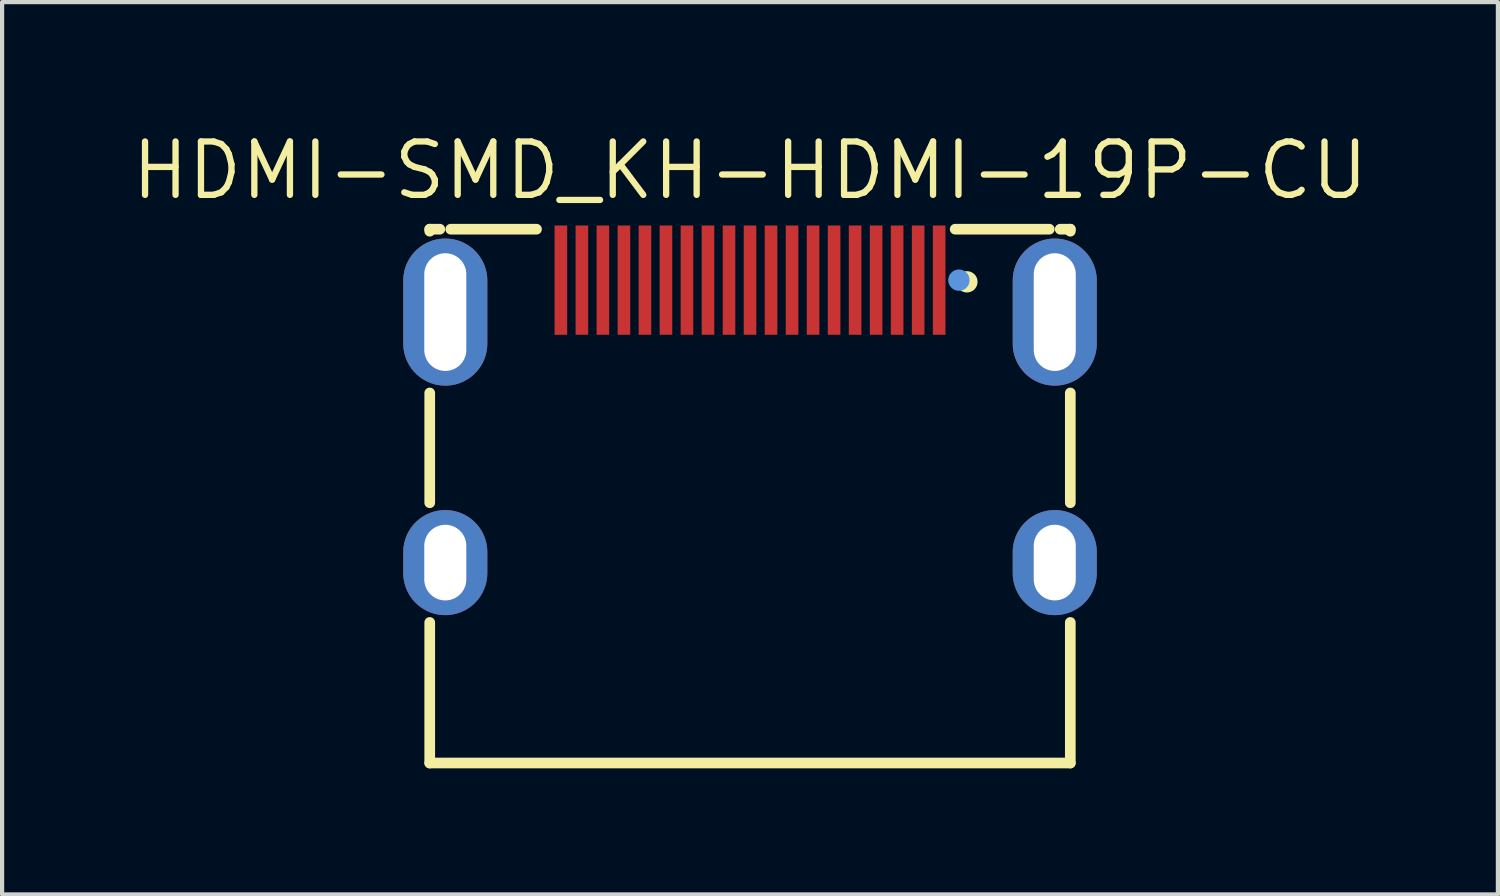
<source format=kicad_pcb>
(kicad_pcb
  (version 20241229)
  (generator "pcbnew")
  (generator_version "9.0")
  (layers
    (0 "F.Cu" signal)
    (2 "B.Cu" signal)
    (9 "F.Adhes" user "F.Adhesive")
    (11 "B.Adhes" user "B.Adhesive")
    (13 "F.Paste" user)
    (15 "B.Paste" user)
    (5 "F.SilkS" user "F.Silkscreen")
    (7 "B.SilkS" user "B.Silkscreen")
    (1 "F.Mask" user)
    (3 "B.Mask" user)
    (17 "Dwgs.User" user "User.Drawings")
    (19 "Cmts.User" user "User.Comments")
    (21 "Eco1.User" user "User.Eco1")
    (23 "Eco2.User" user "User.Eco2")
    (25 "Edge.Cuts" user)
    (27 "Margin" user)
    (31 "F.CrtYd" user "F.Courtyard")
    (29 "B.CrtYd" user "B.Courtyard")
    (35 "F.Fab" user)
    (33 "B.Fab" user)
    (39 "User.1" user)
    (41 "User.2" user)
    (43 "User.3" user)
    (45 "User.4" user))
  (footprint "HDMI-SMD_KH-HDMI-19P-CU"
    (layer "F.Cu")
    (at 14.794 6.975)
    (property "Reference" "HDMI-SMD_KH-HDMI-19P-CU" (at 0 -5.969 0) (layer "F.SilkS") (effects (font (size 1.27 1.27) (thickness 0.15))))
    (attr smd)
    (fp_line (start -7.62 -4.572) (end -7.62 -4.524) (stroke (width 0.254) (type solid)) (layer "F.SilkS"))
    (fp_line (start -7.62 -0.676) (end -7.62 1.936) (stroke (width 0.254) (type solid)) (layer "F.SilkS"))
    (fp_line (start -7.62 4.784) (end -7.62 8.128) (stroke (width 0.254) (type solid)) (layer "F.SilkS"))
    (fp_line (start -7.62 8.128) (end 7.62 8.128) (stroke (width 0.254) (type solid)) (layer "F.SilkS"))
    (fp_line (start -7.38 -4.572) (end -7.62 -4.572) (stroke (width 0.254) (type solid)) (layer "F.SilkS"))
    (fp_line (start -5.08 -4.572) (end -7.12 -4.572) (stroke (width 0.254) (type solid)) (layer "F.SilkS"))
    (fp_line (start 7.12 -4.572) (end 4.881 -4.572) (stroke (width 0.254) (type solid)) (layer "F.SilkS"))
    (fp_line (start 7.62 -4.572) (end 7.38 -4.572) (stroke (width 0.254) (type solid)) (layer "F.SilkS"))
    (fp_line (start 7.62 -4.524) (end 7.62 -4.572) (stroke (width 0.254) (type solid)) (layer "F.SilkS"))
    (fp_line (start 7.62 1.936) (end 7.62 -0.676) (stroke (width 0.254) (type solid)) (layer "F.SilkS"))
    (fp_line (start 7.62 8.128) (end 7.62 4.784) (stroke (width 0.254) (type solid)) (layer "F.SilkS"))
    (fp_circle (center 5.16 -3.32) (end 5.287 -3.32) (stroke (width 0.254) (type solid)) (fill no) (layer "F.SilkS"))
    (fp_poly (pts (xy -4.35 -4.66) (xy -4.65 -4.66) (xy -4.65 -2.06) (xy -4.35 -2.06)) (stroke (width 0) (type solid)) (fill yes) (layer "F.Paste"))
    (fp_poly (pts (xy -3.85 -4.66) (xy -4.15 -4.66) (xy -4.15 -2.06) (xy -3.85 -2.06)) (stroke (width 0) (type solid)) (fill yes) (layer "F.Paste"))
    (fp_poly (pts (xy -3.35 -4.66) (xy -3.65 -4.66) (xy -3.65 -2.06) (xy -3.35 -2.06)) (stroke (width 0) (type solid)) (fill yes) (layer "F.Paste"))
    (fp_poly (pts (xy -2.85 -4.66) (xy -3.15 -4.66) (xy -3.15 -2.06) (xy -2.85 -2.06)) (stroke (width 0) (type solid)) (fill yes) (layer "F.Paste"))
    (fp_poly (pts (xy -2.35 -4.66) (xy -2.65 -4.66) (xy -2.65 -2.06) (xy -2.35 -2.06)) (stroke (width 0) (type solid)) (fill yes) (layer "F.Paste"))
    (fp_poly (pts (xy -1.85 -4.66) (xy -2.15 -4.66) (xy -2.15 -2.06) (xy -1.85 -2.06)) (stroke (width 0) (type solid)) (fill yes) (layer "F.Paste"))
    (fp_poly (pts (xy -1.35 -4.66) (xy -1.65 -4.66) (xy -1.65 -2.06) (xy -1.35 -2.06)) (stroke (width 0) (type solid)) (fill yes) (layer "F.Paste"))
    (fp_poly (pts (xy -0.85 -4.66) (xy -1.15 -4.66) (xy -1.15 -2.06) (xy -0.85 -2.06)) (stroke (width 0) (type solid)) (fill yes) (layer "F.Paste"))
    (fp_poly (pts (xy -0.35 -4.66) (xy -0.65 -4.66) (xy -0.65 -2.06) (xy -0.35 -2.06)) (stroke (width 0) (type solid)) (fill yes) (layer "F.Paste"))
    (fp_poly (pts (xy 0.15 -4.66) (xy -0.15 -4.66) (xy -0.15 -2.06) (xy 0.15 -2.06)) (stroke (width 0) (type solid)) (fill yes) (layer "F.Paste"))
    (fp_poly (pts (xy 0.65 -4.66) (xy 0.35 -4.66) (xy 0.35 -2.06) (xy 0.65 -2.06)) (stroke (width 0) (type solid)) (fill yes) (layer "F.Paste"))
    (fp_poly (pts (xy 1.15 -4.66) (xy 0.85 -4.66) (xy 0.85 -2.06) (xy 1.15 -2.06)) (stroke (width 0) (type solid)) (fill yes) (layer "F.Paste"))
    (fp_poly (pts (xy 1.65 -4.66) (xy 1.35 -4.66) (xy 1.35 -2.06) (xy 1.65 -2.06)) (stroke (width 0) (type solid)) (fill yes) (layer "F.Paste"))
    (fp_poly (pts (xy 2.15 -4.66) (xy 1.85 -4.66) (xy 1.85 -2.06) (xy 2.15 -2.06)) (stroke (width 0) (type solid)) (fill yes) (layer "F.Paste"))
    (fp_poly (pts (xy 2.65 -4.66) (xy 2.35 -4.66) (xy 2.35 -2.06) (xy 2.65 -2.06)) (stroke (width 0) (type solid)) (fill yes) (layer "F.Paste"))
    (fp_poly (pts (xy 3.15 -4.66) (xy 2.85 -4.66) (xy 2.85 -2.06) (xy 3.15 -2.06)) (stroke (width 0) (type solid)) (fill yes) (layer "F.Paste"))
    (fp_poly (pts (xy 3.65 -4.66) (xy 3.35 -4.66) (xy 3.35 -2.06) (xy 3.65 -2.06)) (stroke (width 0) (type solid)) (fill yes) (layer "F.Paste"))
    (fp_poly (pts (xy 4.15 -4.66) (xy 3.85 -4.66) (xy 3.85 -2.06) (xy 4.15 -2.06)) (stroke (width 0) (type solid)) (fill yes) (layer "F.Paste"))
    (fp_poly (pts (xy 4.65 -4.66) (xy 4.35 -4.66) (xy 4.35 -2.06) (xy 4.65 -2.06)) (stroke (width 0) (type solid)) (fill yes) (layer "F.Paste"))
    (fp_poly (pts (xy -7.175 -4.347) (xy -7.225 -4.35) (xy -7.275 -4.35) (xy -7.325 -4.347) (xy -7.374 -4.342) (xy -7.424 -4.335) (xy -7.473 -4.325) (xy -7.521 -4.313) (xy -7.569 -4.298) (xy -7.615 -4.281) (xy -7.661 -4.262) (xy -7.706 -4.24) (xy -7.75 -4.216) (xy -7.793 -4.19) (xy -7.834 -4.162) (xy -7.874 -4.132) (xy -7.912 -4.1) (xy -7.948 -4.066) (xy -7.983 -4.03) (xy -8.016 -3.993) (xy -8.047 -3.954) (xy -8.076 -3.913) (xy -8.103 -3.871) (xy -8.128 -3.828) (xy -8.151 -3.784) (xy -8.172 -3.738) (xy -8.19 -3.692) (xy -8.206 -3.645) (xy -8.219 -3.597) (xy -8.23 -3.548) (xy -8.239 -3.499) (xy -8.245 -3.45) (xy -8.249 -3.4) (xy -8.25 -3.35) (xy -8.25 -1.85) (xy -8.249 -1.8) (xy -8.245 -1.75) (xy -8.239 -1.701) (xy -8.23 -1.652) (xy -8.219 -1.603) (xy -8.206 -1.555) (xy -8.19 -1.508) (xy -8.172 -1.462) (xy -8.151 -1.416) (xy -8.128 -1.372) (xy -8.103 -1.329) (xy -8.076 -1.287) (xy -8.047 -1.246) (xy -8.016 -1.207) (xy -7.983 -1.17) (xy -7.948 -1.134) (xy -7.912 -1.1) (xy -7.874 -1.068) (xy -7.834 -1.038) (xy -7.793 -1.01) (xy -7.75 -0.984) (xy -7.706 -0.96) (xy -7.661 -0.939) (xy -7.615 -0.919) (xy -7.569 -0.902) (xy -7.521 -0.887) (xy -7.473 -0.875) (xy -7.424 -0.865) (xy -7.374 -0.858) (xy -7.325 -0.853) (xy -7.275 -0.85) (xy -7.225 -0.85) (xy -7.175 -0.853) (xy -7.126 -0.858) (xy -7.076 -0.865) (xy -7.028 -0.875) (xy -6.979 -0.887) (xy -6.932 -0.902) (xy -6.885 -0.919) (xy -6.839 -0.939) (xy -6.794 -0.96) (xy -6.75 -0.984) (xy -6.708 -1.01) (xy -6.666 -1.038) (xy -6.627 -1.068) (xy -6.588 -1.1) (xy -6.552 -1.134) (xy -6.517 -1.17) (xy -6.484 -1.207) (xy -6.453 -1.246) (xy -6.424 -1.287) (xy -6.397 -1.329) (xy -6.372 -1.372) (xy -6.349 -1.416) (xy -6.329 -1.462) (xy -6.31 -1.508) (xy -6.294 -1.555) (xy -6.281 -1.603) (xy -6.27 -1.652) (xy -6.261 -1.701) (xy -6.255 -1.75) (xy -6.251 -1.8) (xy -6.25 -1.85) (xy -6.25 -3.35) (xy -6.251 -3.4) (xy -6.255 -3.45) (xy -6.261 -3.499) (xy -6.27 -3.548) (xy -6.281 -3.597) (xy -6.294 -3.645) (xy -6.31 -3.692) (xy -6.329 -3.738) (xy -6.349 -3.784) (xy -6.372 -3.828) (xy -6.397 -3.871) (xy -6.424 -3.913) (xy -6.453 -3.954) (xy -6.484 -3.993) (xy -6.517 -4.03) (xy -6.552 -4.066) (xy -6.588 -4.1) (xy -6.627 -4.132) (xy -6.666 -4.162) (xy -6.708 -4.19) (xy -6.75 -4.216) (xy -6.794 -4.24) (xy -6.839 -4.262) (xy -6.885 -4.281) (xy -6.932 -4.298) (xy -6.979 -4.313) (xy -7.028 -4.325) (xy -7.076 -4.335) (xy -7.126 -4.342)) (stroke (width 0) (type solid)) (fill yes) (layer "F.Paste"))
    (fp_poly (pts (xy -7.175 2.113) (xy -7.225 2.11) (xy -7.275 2.11) (xy -7.325 2.113) (xy -7.374 2.118) (xy -7.424 2.125) (xy -7.473 2.135) (xy -7.521 2.147) (xy -7.569 2.162) (xy -7.615 2.179) (xy -7.661 2.199) (xy -7.706 2.22) (xy -7.75 2.244) (xy -7.793 2.27) (xy -7.834 2.298) (xy -7.874 2.328) (xy -7.912 2.36) (xy -7.948 2.394) (xy -7.983 2.43) (xy -8.016 2.467) (xy -8.047 2.506) (xy -8.076 2.547) (xy -8.103 2.589) (xy -8.128 2.632) (xy -8.151 2.676) (xy -8.172 2.722) (xy -8.19 2.768) (xy -8.206 2.815) (xy -8.219 2.863) (xy -8.23 2.912) (xy -8.239 2.961) (xy -8.245 3.01) (xy -8.249 3.06) (xy -8.25 3.11) (xy -8.25 3.61) (xy -8.249 3.66) (xy -8.245 3.71) (xy -8.239 3.759) (xy -8.23 3.808) (xy -8.219 3.857) (xy -8.206 3.905) (xy -8.19 3.952) (xy -8.172 3.998) (xy -8.151 4.044) (xy -8.128 4.088) (xy -8.103 4.131) (xy -8.076 4.173) (xy -8.047 4.214) (xy -8.016 4.253) (xy -7.983 4.29) (xy -7.948 4.326) (xy -7.912 4.36) (xy -7.874 4.392) (xy -7.834 4.422) (xy -7.793 4.45) (xy -7.75 4.476) (xy -7.706 4.5) (xy -7.661 4.522) (xy -7.615 4.541) (xy -7.569 4.558) (xy -7.521 4.573) (xy -7.473 4.585) (xy -7.424 4.595) (xy -7.374 4.602) (xy -7.325 4.607) (xy -7.275 4.61) (xy -7.225 4.61) (xy -7.175 4.607) (xy -7.126 4.602) (xy -7.076 4.595) (xy -7.028 4.585) (xy -6.979 4.573) (xy -6.932 4.558) (xy -6.885 4.541) (xy -6.839 4.522) (xy -6.794 4.5) (xy -6.75 4.476) (xy -6.708 4.45) (xy -6.666 4.422) (xy -6.627 4.392) (xy -6.588 4.36) (xy -6.552 4.326) (xy -6.517 4.29) (xy -6.484 4.253) (xy -6.453 4.214) (xy -6.424 4.173) (xy -6.397 4.131) (xy -6.372 4.088) (xy -6.349 4.044) (xy -6.329 3.998) (xy -6.31 3.952) (xy -6.294 3.905) (xy -6.281 3.857) (xy -6.27 3.808) (xy -6.261 3.759) (xy -6.255 3.71) (xy -6.251 3.66) (xy -6.25 3.61) (xy -6.25 3.11) (xy -6.251 3.06) (xy -6.255 3.01) (xy -6.261 2.961) (xy -6.27 2.912) (xy -6.281 2.863) (xy -6.294 2.815) (xy -6.31 2.768) (xy -6.329 2.722) (xy -6.349 2.676) (xy -6.372 2.632) (xy -6.397 2.589) (xy -6.424 2.547) (xy -6.453 2.506) (xy -6.484 2.467) (xy -6.517 2.43) (xy -6.552 2.394) (xy -6.588 2.36) (xy -6.627 2.328) (xy -6.666 2.298) (xy -6.708 2.27) (xy -6.75 2.244) (xy -6.794 2.22) (xy -6.839 2.199) (xy -6.885 2.179) (xy -6.932 2.162) (xy -6.979 2.147) (xy -7.028 2.135) (xy -7.076 2.125) (xy -7.126 2.118)) (stroke (width 0) (type solid)) (fill yes) (layer "F.Paste"))
    (fp_poly (pts (xy 7.325 -4.347) (xy 7.275 -4.35) (xy 7.225 -4.35) (xy 7.175 -4.347) (xy 7.126 -4.342) (xy 7.076 -4.335) (xy 7.028 -4.325) (xy 6.979 -4.313) (xy 6.932 -4.298) (xy 6.885 -4.281) (xy 6.839 -4.262) (xy 6.794 -4.24) (xy 6.75 -4.216) (xy 6.708 -4.19) (xy 6.666 -4.162) (xy 6.627 -4.132) (xy 6.588 -4.1) (xy 6.552 -4.066) (xy 6.517 -4.03) (xy 6.484 -3.993) (xy 6.453 -3.954) (xy 6.424 -3.913) (xy 6.397 -3.871) (xy 6.372 -3.828) (xy 6.349 -3.784) (xy 6.329 -3.738) (xy 6.31 -3.692) (xy 6.294 -3.645) (xy 6.281 -3.597) (xy 6.27 -3.548) (xy 6.261 -3.499) (xy 6.255 -3.45) (xy 6.251 -3.4) (xy 6.25 -3.35) (xy 6.25 -1.85) (xy 6.251 -1.8) (xy 6.255 -1.75) (xy 6.261 -1.701) (xy 6.27 -1.652) (xy 6.281 -1.603) (xy 6.294 -1.555) (xy 6.31 -1.508) (xy 6.329 -1.462) (xy 6.349 -1.416) (xy 6.372 -1.372) (xy 6.397 -1.329) (xy 6.424 -1.287) (xy 6.453 -1.246) (xy 6.484 -1.207) (xy 6.517 -1.17) (xy 6.552 -1.134) (xy 6.588 -1.1) (xy 6.627 -1.068) (xy 6.666 -1.038) (xy 6.708 -1.01) (xy 6.75 -0.984) (xy 6.794 -0.96) (xy 6.839 -0.939) (xy 6.885 -0.919) (xy 6.932 -0.902) (xy 6.979 -0.887) (xy 7.028 -0.875) (xy 7.076 -0.865) (xy 7.126 -0.858) (xy 7.175 -0.853) (xy 7.225 -0.85) (xy 7.275 -0.85) (xy 7.325 -0.853) (xy 7.374 -0.858) (xy 7.424 -0.865) (xy 7.473 -0.875) (xy 7.521 -0.887) (xy 7.569 -0.902) (xy 7.615 -0.919) (xy 7.661 -0.939) (xy 7.706 -0.96) (xy 7.75 -0.984) (xy 7.793 -1.01) (xy 7.834 -1.038) (xy 7.874 -1.068) (xy 7.912 -1.1) (xy 7.948 -1.134) (xy 7.983 -1.17) (xy 8.016 -1.207) (xy 8.047 -1.246) (xy 8.076 -1.287) (xy 8.103 -1.329) (xy 8.128 -1.372) (xy 8.151 -1.416) (xy 8.172 -1.462) (xy 8.19 -1.508) (xy 8.206 -1.555) (xy 8.219 -1.603) (xy 8.23 -1.652) (xy 8.239 -1.701) (xy 8.245 -1.75) (xy 8.249 -1.8) (xy 8.25 -1.85) (xy 8.25 -3.35) (xy 8.249 -3.4) (xy 8.245 -3.45) (xy 8.239 -3.499) (xy 8.23 -3.548) (xy 8.219 -3.597) (xy 8.206 -3.645) (xy 8.19 -3.692) (xy 8.172 -3.738) (xy 8.151 -3.784) (xy 8.128 -3.828) (xy 8.103 -3.871) (xy 8.076 -3.913) (xy 8.047 -3.954) (xy 8.016 -3.993) (xy 7.983 -4.03) (xy 7.948 -4.066) (xy 7.912 -4.1) (xy 7.874 -4.132) (xy 7.834 -4.162) (xy 7.793 -4.19) (xy 7.75 -4.216) (xy 7.706 -4.24) (xy 7.661 -4.262) (xy 7.615 -4.281) (xy 7.569 -4.298) (xy 7.521 -4.313) (xy 7.473 -4.325) (xy 7.424 -4.335) (xy 7.374 -4.342)) (stroke (width 0) (type solid)) (fill yes) (layer "F.Paste"))
    (fp_poly (pts (xy 7.325 2.113) (xy 7.275 2.11) (xy 7.225 2.11) (xy 7.175 2.113) (xy 7.126 2.118) (xy 7.076 2.125) (xy 7.028 2.135) (xy 6.979 2.147) (xy 6.932 2.162) (xy 6.885 2.179) (xy 6.839 2.199) (xy 6.794 2.22) (xy 6.75 2.244) (xy 6.708 2.27) (xy 6.666 2.298) (xy 6.627 2.328) (xy 6.588 2.36) (xy 6.552 2.394) (xy 6.517 2.43) (xy 6.484 2.467) (xy 6.453 2.506) (xy 6.424 2.547) (xy 6.397 2.589) (xy 6.372 2.632) (xy 6.349 2.676) (xy 6.329 2.722) (xy 6.31 2.768) (xy 6.294 2.815) (xy 6.281 2.863) (xy 6.27 2.912) (xy 6.261 2.961) (xy 6.255 3.01) (xy 6.251 3.06) (xy 6.25 3.11) (xy 6.25 3.61) (xy 6.251 3.66) (xy 6.255 3.71) (xy 6.261 3.759) (xy 6.27 3.808) (xy 6.281 3.857) (xy 6.294 3.905) (xy 6.31 3.952) (xy 6.329 3.998) (xy 6.349 4.044) (xy 6.372 4.088) (xy 6.397 4.131) (xy 6.424 4.173) (xy 6.453 4.214) (xy 6.484 4.253) (xy 6.517 4.29) (xy 6.552 4.326) (xy 6.588 4.36) (xy 6.627 4.392) (xy 6.666 4.422) (xy 6.708 4.45) (xy 6.75 4.476) (xy 6.794 4.5) (xy 6.839 4.522) (xy 6.885 4.541) (xy 6.932 4.558) (xy 6.979 4.573) (xy 7.028 4.585) (xy 7.076 4.595) (xy 7.126 4.602) (xy 7.175 4.607) (xy 7.225 4.61) (xy 7.275 4.61) (xy 7.325 4.607) (xy 7.374 4.602) (xy 7.424 4.595) (xy 7.473 4.585) (xy 7.521 4.573) (xy 7.569 4.558) (xy 7.615 4.541) (xy 7.661 4.522) (xy 7.706 4.5) (xy 7.75 4.476) (xy 7.793 4.45) (xy 7.834 4.422) (xy 7.874 4.392) (xy 7.912 4.36) (xy 7.948 4.326) (xy 7.983 4.29) (xy 8.016 4.253) (xy 8.047 4.214) (xy 8.076 4.173) (xy 8.103 4.131) (xy 8.128 4.088) (xy 8.151 4.044) (xy 8.172 3.998) (xy 8.19 3.952) (xy 8.206 3.905) (xy 8.219 3.857) (xy 8.23 3.808) (xy 8.239 3.759) (xy 8.245 3.71) (xy 8.249 3.66) (xy 8.25 3.61) (xy 8.25 3.11) (xy 8.249 3.06) (xy 8.245 3.01) (xy 8.239 2.961) (xy 8.23 2.912) (xy 8.219 2.863) (xy 8.206 2.815) (xy 8.19 2.768) (xy 8.172 2.722) (xy 8.151 2.676) (xy 8.128 2.632) (xy 8.103 2.589) (xy 8.076 2.547) (xy 8.047 2.506) (xy 8.016 2.467) (xy 7.983 2.43) (xy 7.948 2.394) (xy 7.912 2.36) (xy 7.874 2.328) (xy 7.834 2.298) (xy 7.793 2.27) (xy 7.75 2.244) (xy 7.706 2.22) (xy 7.661 2.199) (xy 7.615 2.179) (xy 7.569 2.162) (xy 7.521 2.147) (xy 7.473 2.135) (xy 7.424 2.125) (xy 7.374 2.118)) (stroke (width 0) (type solid)) (fill yes) (layer "F.Paste"))
    (fp_circle (center 4.97 -3.36) (end 5.097 -3.36) (stroke (width 0.254) (type solid)) (fill no) (layer "Cmts.User"))
    (fp_text user "" (at 0 0 0) (layer "Cmts.User") (effects (font (size 1 1) (thickness 0.15))))
    (pad "1" smd rect (at 4.5 -3.36) (size 0.3 2.6) (layers "F.Cu" "F.Mask" "F.Paste"))
    (pad "2" smd rect (at 4 -3.36) (size 0.3 2.6) (layers "F.Cu" "F.Mask" "F.Paste"))
    (pad "3" smd rect (at 3.5 -3.36) (size 0.3 2.6) (layers "F.Cu" "F.Mask" "F.Paste"))
    (pad "4" smd rect (at 3 -3.36) (size 0.3 2.6) (layers "F.Cu" "F.Mask" "F.Paste"))
    (pad "5" smd rect (at 2.5 -3.36) (size 0.3 2.6) (layers "F.Cu" "F.Mask" "F.Paste"))
    (pad "6" smd rect (at 2 -3.36) (size 0.3 2.6) (layers "F.Cu" "F.Mask" "F.Paste"))
    (pad "7" smd rect (at 1.5 -3.36) (size 0.3 2.6) (layers "F.Cu" "F.Mask" "F.Paste"))
    (pad "8" smd rect (at 1 -3.36) (size 0.3 2.6) (layers "F.Cu" "F.Mask" "F.Paste"))
    (pad "9" smd rect (at 0.5 -3.36) (size 0.3 2.6) (layers "F.Cu" "F.Mask" "F.Paste"))
    (pad "10" smd rect (at 0 -3.36) (size 0.3 2.6) (layers "F.Cu" "F.Mask" "F.Paste"))
    (pad "11" smd rect (at -0.5 -3.36) (size 0.3 2.6) (layers "F.Cu" "F.Mask" "F.Paste"))
    (pad "12" smd rect (at -1 -3.36) (size 0.3 2.6) (layers "F.Cu" "F.Mask" "F.Paste"))
    (pad "13" smd rect (at -1.5 -3.36) (size 0.3 2.6) (layers "F.Cu" "F.Mask" "F.Paste"))
    (pad "14" smd rect (at -2 -3.36) (size 0.3 2.6) (layers "F.Cu" "F.Mask" "F.Paste"))
    (pad "15" smd rect (at -2.5 -3.36) (size 0.3 2.6) (layers "F.Cu" "F.Mask" "F.Paste"))
    (pad "16" smd rect (at -3 -3.36) (size 0.3 2.6) (layers "F.Cu" "F.Mask" "F.Paste"))
    (pad "17" smd rect (at -3.5 -3.36) (size 0.3 2.6) (layers "F.Cu" "F.Mask" "F.Paste"))
    (pad "18" smd rect (at -4 -3.36) (size 0.3 2.6) (layers "F.Cu" "F.Mask" "F.Paste"))
    (pad "19" smd rect (at -4.5 -3.36) (size 0.3 2.6) (layers "F.Cu" "F.Mask" "F.Paste"))
    (pad "20" thru_hole oval (at -7.25 -2.6) (size 2 3.5) (drill oval 1 2.8) (layers "*.Cu" "*.Paste" "*.Mask"))
    (pad "21" thru_hole oval (at 7.25 -2.6) (size 2 3.5) (drill oval 1 2.8) (layers "*.Cu" "*.Paste" "*.Mask"))
    (pad "22" thru_hole oval (at -7.25 3.36) (size 2 2.5) (drill oval 1 1.8) (layers "*.Cu" "*.Paste" "*.Mask"))
    (pad "23" thru_hole oval (at 7.25 3.36) (size 2 2.5) (drill oval 1 1.8) (layers "*.Cu" "*.Paste" "*.Mask")))
  (gr_rect
    (start -3 -3)
    (end 32.587 18.23)
    (stroke (width 0.1) (type default))
    (fill no)
    (layer "Edge.Cuts")))
</source>
